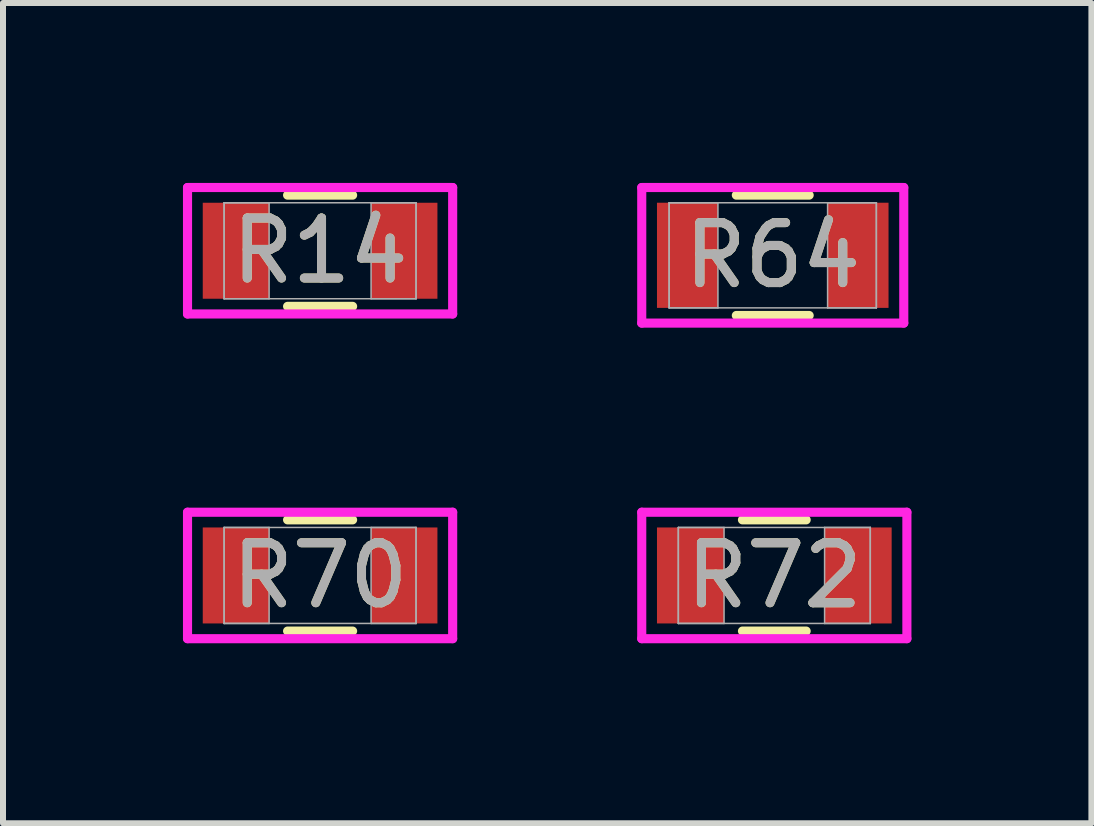
<source format=kicad_pcb>
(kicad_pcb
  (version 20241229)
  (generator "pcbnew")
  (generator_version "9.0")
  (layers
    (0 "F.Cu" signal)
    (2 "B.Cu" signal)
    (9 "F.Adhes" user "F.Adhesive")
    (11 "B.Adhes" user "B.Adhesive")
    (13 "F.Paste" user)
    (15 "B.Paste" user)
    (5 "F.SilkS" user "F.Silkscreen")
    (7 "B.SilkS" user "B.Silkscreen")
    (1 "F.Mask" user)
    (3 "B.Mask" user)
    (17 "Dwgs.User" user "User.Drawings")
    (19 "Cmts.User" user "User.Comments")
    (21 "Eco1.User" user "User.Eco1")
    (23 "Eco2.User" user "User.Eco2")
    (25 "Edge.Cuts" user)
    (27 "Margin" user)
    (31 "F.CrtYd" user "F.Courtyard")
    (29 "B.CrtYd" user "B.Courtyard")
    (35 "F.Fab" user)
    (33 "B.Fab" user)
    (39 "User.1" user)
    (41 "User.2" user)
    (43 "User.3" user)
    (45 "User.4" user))
  (footprint "R70"
    (layer "F.Cu")
    (at 2.286 6.543)
    (property "Reference" "R70" (at 0 0 0) (unlocked yes) (layer "F.SilkS") (effects (font (size 1 1) (thickness 0.15))))
    (attr smd)
    (fp_line (start -0.542 0.927) (end 0.542 0.927) (stroke (width 0.152) (type solid)) (layer "F.SilkS"))
    (fp_line (start 0.542 -0.927) (end -0.542 -0.927) (stroke (width 0.152) (type solid)) (layer "F.SilkS"))
    (fp_line (start -2.21 -1.054) (end 2.21 -1.054) (stroke (width 0.152) (type solid)) (layer "F.CrtYd"))
    (fp_line (start -2.21 1.054) (end -2.21 -1.054) (stroke (width 0.152) (type solid)) (layer "F.CrtYd"))
    (fp_line (start 2.21 -1.054) (end 2.21 1.054) (stroke (width 0.152) (type solid)) (layer "F.CrtYd"))
    (fp_line (start 2.21 1.054) (end -2.21 1.054) (stroke (width 0.152) (type solid)) (layer "F.CrtYd"))
    (fp_line (start -1.6 -0.8) (end -1.6 0.8) (stroke (width 0.025) (type solid)) (layer "F.Fab"))
    (fp_line (start -1.6 -0.8) (end -1.6 0.8) (stroke (width 0.025) (type solid)) (layer "F.Fab"))
    (fp_line (start -1.6 0.8) (end -0.85 0.8) (stroke (width 0.025) (type solid)) (layer "F.Fab"))
    (fp_line (start -1.6 0.8) (end 1.6 0.8) (stroke (width 0.025) (type solid)) (layer "F.Fab"))
    (fp_line (start -0.85 -0.8) (end -1.6 -0.8) (stroke (width 0.025) (type solid)) (layer "F.Fab"))
    (fp_line (start -0.85 0.8) (end -0.85 -0.8) (stroke (width 0.025) (type solid)) (layer "F.Fab"))
    (fp_line (start 0.85 -0.8) (end 0.85 0.8) (stroke (width 0.025) (type solid)) (layer "F.Fab"))
    (fp_line (start 0.85 0.8) (end 1.6 0.8) (stroke (width 0.025) (type solid)) (layer "F.Fab"))
    (fp_line (start 1.6 -0.8) (end -1.6 -0.8) (stroke (width 0.025) (type solid)) (layer "F.Fab"))
    (fp_line (start 1.6 -0.8) (end 0.85 -0.8) (stroke (width 0.025) (type solid)) (layer "F.Fab"))
    (fp_line (start 1.6 0.8) (end 1.6 -0.8) (stroke (width 0.025) (type solid)) (layer "F.Fab"))
    (fp_line (start 1.6 0.8) (end 1.6 -0.8) (stroke (width 0.025) (type solid)) (layer "F.Fab"))
    (fp_text user "${REFERENCE}" (at 0 0 0) (unlocked yes) (layer "F.Fab") (effects (font (size 1 1) (thickness 0.15))))
    (pad "1" smd rect (at -1.403 0) (size 1.106 1.6) (layers "F.Cu" "F.Mask" "F.Paste"))
    (pad "2" smd rect (at 1.403 0) (size 1.106 1.6) (layers "F.Cu" "F.Mask" "F.Paste"))
    (zone (net_name "") (layer "F.Cu") (hatch full 0.508) (connect_pads) (min_thickness 0.254) (filled_areas_thickness no) (keepout (tracks not_allowed) (vias not_allowed) (pads allowed) (copperpour not_allowed) (footprints allowed)) (placement (enabled no)) (fill) (polygon (pts (xy 1.487 5.794) (xy 3.085 5.794) (xy 3.085 7.292) (xy 1.487 7.292)))))
  (footprint "R72"
    (layer "F.Cu")
    (at 9.858 6.543)
    (property "Reference" "R72" (at 0 0 0) (unlocked yes) (layer "F.SilkS") (effects (font (size 1 1) (thickness 0.15))))
    (attr smd)
    (fp_line (start -0.531 0.927) (end 0.531 0.927) (stroke (width 0.152) (type solid)) (layer "F.SilkS"))
    (fp_line (start 0.531 -0.927) (end -0.531 -0.927) (stroke (width 0.152) (type solid)) (layer "F.SilkS"))
    (fp_line (start -2.21 -1.054) (end 2.21 -1.054) (stroke (width 0.152) (type solid)) (layer "F.CrtYd"))
    (fp_line (start -2.21 1.054) (end -2.21 -1.054) (stroke (width 0.152) (type solid)) (layer "F.CrtYd"))
    (fp_line (start 2.21 -1.054) (end 2.21 1.054) (stroke (width 0.152) (type solid)) (layer "F.CrtYd"))
    (fp_line (start 2.21 1.054) (end -2.21 1.054) (stroke (width 0.152) (type solid)) (layer "F.CrtYd"))
    (fp_line (start -1.6 -0.8) (end -1.6 0.8) (stroke (width 0.025) (type solid)) (layer "F.Fab"))
    (fp_line (start -1.6 -0.8) (end -1.6 0.8) (stroke (width 0.025) (type solid)) (layer "F.Fab"))
    (fp_line (start -1.6 0.8) (end -0.838 0.8) (stroke (width 0.025) (type solid)) (layer "F.Fab"))
    (fp_line (start -1.6 0.8) (end 1.6 0.8) (stroke (width 0.025) (type solid)) (layer "F.Fab"))
    (fp_line (start -0.838 -0.8) (end -1.6 -0.8) (stroke (width 0.025) (type solid)) (layer "F.Fab"))
    (fp_line (start -0.838 0.8) (end -0.838 -0.8) (stroke (width 0.025) (type solid)) (layer "F.Fab"))
    (fp_line (start 0.838 -0.8) (end 0.838 0.8) (stroke (width 0.025) (type solid)) (layer "F.Fab"))
    (fp_line (start 0.838 0.8) (end 1.6 0.8) (stroke (width 0.025) (type solid)) (layer "F.Fab"))
    (fp_line (start 1.6 -0.8) (end -1.6 -0.8) (stroke (width 0.025) (type solid)) (layer "F.Fab"))
    (fp_line (start 1.6 -0.8) (end 0.838 -0.8) (stroke (width 0.025) (type solid)) (layer "F.Fab"))
    (fp_line (start 1.6 0.8) (end 1.6 -0.8) (stroke (width 0.025) (type solid)) (layer "F.Fab"))
    (fp_line (start 1.6 0.8) (end 1.6 -0.8) (stroke (width 0.025) (type solid)) (layer "F.Fab"))
    (fp_text user "${REFERENCE}" (at 0 0 0) (unlocked yes) (layer "F.Fab") (effects (font (size 1 1) (thickness 0.15))))
    (pad "1" smd rect (at -1.397 0) (size 1.118 1.6) (layers "F.Cu" "F.Mask" "F.Paste"))
    (pad "2" smd rect (at 1.397 0) (size 1.118 1.6) (layers "F.Cu" "F.Mask" "F.Paste"))
    (zone (net_name "") (layer "F.Cu") (hatch full 0.508) (connect_pads) (min_thickness 0.254) (filled_areas_thickness no) (keepout (tracks not_allowed) (vias not_allowed) (pads allowed) (copperpour not_allowed) (footprints allowed)) (placement (enabled no)) (fill) (polygon (pts (xy 9.07 5.794) (xy 10.645 5.794) (xy 10.645 7.293) (xy 9.07 7.293)))))
  (footprint "R64"
    (layer "F.Cu")
    (at 9.832 1.206)
    (property "Reference" "R64" (at 0 0 0) (unlocked yes) (layer "F.SilkS") (effects (font (size 1 1) (thickness 0.15))))
    (attr smd)
    (fp_line (start -0.607 1.003) (end 0.607 1.003) (stroke (width 0.152) (type solid)) (layer "F.SilkS"))
    (fp_line (start 0.607 -1.003) (end -0.607 -1.003) (stroke (width 0.152) (type solid)) (layer "F.SilkS"))
    (fp_line (start -2.184 -1.13) (end 2.184 -1.13) (stroke (width 0.152) (type solid)) (layer "F.CrtYd"))
    (fp_line (start -2.184 1.13) (end -2.184 -1.13) (stroke (width 0.152) (type solid)) (layer "F.CrtYd"))
    (fp_line (start 2.184 -1.13) (end 2.184 1.13) (stroke (width 0.152) (type solid)) (layer "F.CrtYd"))
    (fp_line (start 2.184 1.13) (end -2.184 1.13) (stroke (width 0.152) (type solid)) (layer "F.CrtYd"))
    (fp_line (start -1.727 -0.876) (end -1.727 0.876) (stroke (width 0.025) (type solid)) (layer "F.Fab"))
    (fp_line (start -1.727 -0.876) (end -1.727 0.876) (stroke (width 0.025) (type solid)) (layer "F.Fab"))
    (fp_line (start -1.727 0.876) (end -0.914 0.876) (stroke (width 0.025) (type solid)) (layer "F.Fab"))
    (fp_line (start -1.727 0.876) (end 1.727 0.876) (stroke (width 0.025) (type solid)) (layer "F.Fab"))
    (fp_line (start -0.914 -0.876) (end -1.727 -0.876) (stroke (width 0.025) (type solid)) (layer "F.Fab"))
    (fp_line (start -0.914 0.876) (end -0.914 -0.876) (stroke (width 0.025) (type solid)) (layer "F.Fab"))
    (fp_line (start 0.914 -0.876) (end 0.914 0.876) (stroke (width 0.025) (type solid)) (layer "F.Fab"))
    (fp_line (start 0.914 0.876) (end 1.727 0.876) (stroke (width 0.025) (type solid)) (layer "F.Fab"))
    (fp_line (start 1.727 -0.876) (end -1.727 -0.876) (stroke (width 0.025) (type solid)) (layer "F.Fab"))
    (fp_line (start 1.727 -0.876) (end 0.914 -0.876) (stroke (width 0.025) (type solid)) (layer "F.Fab"))
    (fp_line (start 1.727 0.876) (end 1.727 -0.876) (stroke (width 0.025) (type solid)) (layer "F.Fab"))
    (fp_line (start 1.727 0.876) (end 1.727 -0.876) (stroke (width 0.025) (type solid)) (layer "F.Fab"))
    (fp_text user "${REFERENCE}" (at 0 0 0) (unlocked yes) (layer "F.Fab") (effects (font (size 1 1) (thickness 0.15))))
    (pad "1" smd rect (at -1.422 0) (size 1.016 1.753) (layers "F.Cu" "F.Mask" "F.Paste"))
    (pad "2" smd rect (at 1.422 0) (size 1.016 1.753) (layers "F.Cu" "F.Mask" "F.Paste"))
    (zone (net_name "") (layer "F.Cu") (hatch full 0.508) (connect_pads) (min_thickness 0.254) (filled_areas_thickness no) (keepout (tracks not_allowed) (vias not_allowed) (pads allowed) (copperpour not_allowed) (footprints allowed)) (placement (enabled no)) (fill) (polygon (pts (xy 8.969 0.381) (xy 10.696 0.381) (xy 10.696 2.032) (xy 8.969 2.032)))))
  (footprint "R14"
    (layer "F.Cu")
    (at 2.286 1.13)
    (property "Reference" "R14" (at 0 0 0) (unlocked yes) (layer "F.SilkS") (effects (font (size 1 1) (thickness 0.15))))
    (attr smd)
    (fp_line (start -0.542 0.927) (end 0.542 0.927) (stroke (width 0.152) (type solid)) (layer "F.SilkS"))
    (fp_line (start 0.542 -0.927) (end -0.542 -0.927) (stroke (width 0.152) (type solid)) (layer "F.SilkS"))
    (fp_line (start -2.21 -1.054) (end 2.21 -1.054) (stroke (width 0.152) (type solid)) (layer "F.CrtYd"))
    (fp_line (start -2.21 1.054) (end -2.21 -1.054) (stroke (width 0.152) (type solid)) (layer "F.CrtYd"))
    (fp_line (start 2.21 -1.054) (end 2.21 1.054) (stroke (width 0.152) (type solid)) (layer "F.CrtYd"))
    (fp_line (start 2.21 1.054) (end -2.21 1.054) (stroke (width 0.152) (type solid)) (layer "F.CrtYd"))
    (fp_line (start -1.6 -0.8) (end -1.6 0.8) (stroke (width 0.025) (type solid)) (layer "F.Fab"))
    (fp_line (start -1.6 -0.8) (end -1.6 0.8) (stroke (width 0.025) (type solid)) (layer "F.Fab"))
    (fp_line (start -1.6 0.8) (end -0.85 0.8) (stroke (width 0.025) (type solid)) (layer "F.Fab"))
    (fp_line (start -1.6 0.8) (end 1.6 0.8) (stroke (width 0.025) (type solid)) (layer "F.Fab"))
    (fp_line (start -0.85 -0.8) (end -1.6 -0.8) (stroke (width 0.025) (type solid)) (layer "F.Fab"))
    (fp_line (start -0.85 0.8) (end -0.85 -0.8) (stroke (width 0.025) (type solid)) (layer "F.Fab"))
    (fp_line (start 0.85 -0.8) (end 0.85 0.8) (stroke (width 0.025) (type solid)) (layer "F.Fab"))
    (fp_line (start 0.85 0.8) (end 1.6 0.8) (stroke (width 0.025) (type solid)) (layer "F.Fab"))
    (fp_line (start 1.6 -0.8) (end -1.6 -0.8) (stroke (width 0.025) (type solid)) (layer "F.Fab"))
    (fp_line (start 1.6 -0.8) (end 0.85 -0.8) (stroke (width 0.025) (type solid)) (layer "F.Fab"))
    (fp_line (start 1.6 0.8) (end 1.6 -0.8) (stroke (width 0.025) (type solid)) (layer "F.Fab"))
    (fp_line (start 1.6 0.8) (end 1.6 -0.8) (stroke (width 0.025) (type solid)) (layer "F.Fab"))
    (fp_text user "${REFERENCE}" (at 0 0 0) (unlocked yes) (layer "F.Fab") (effects (font (size 1 1) (thickness 0.15))))
    (pad "1" smd rect (at -1.403 0) (size 1.106 1.6) (layers "F.Cu" "F.Mask" "F.Paste"))
    (pad "2" smd rect (at 1.403 0) (size 1.106 1.6) (layers "F.Cu" "F.Mask" "F.Paste"))
    (zone (net_name "") (layer "F.Cu") (hatch full 0.508) (connect_pads) (min_thickness 0.254) (filled_areas_thickness no) (keepout (tracks not_allowed) (vias not_allowed) (pads allowed) (copperpour not_allowed) (footprints allowed)) (placement (enabled no)) (fill) (polygon (pts (xy 1.487 0.381) (xy 3.085 0.381) (xy 3.085 1.879) (xy 1.487 1.879)))))
  (gr_rect
    (start -3 -3)
    (end 15.144 10.674)
    (stroke (width 0.1) (type default))
    (fill no)
    (layer "Edge.Cuts")))
</source>
